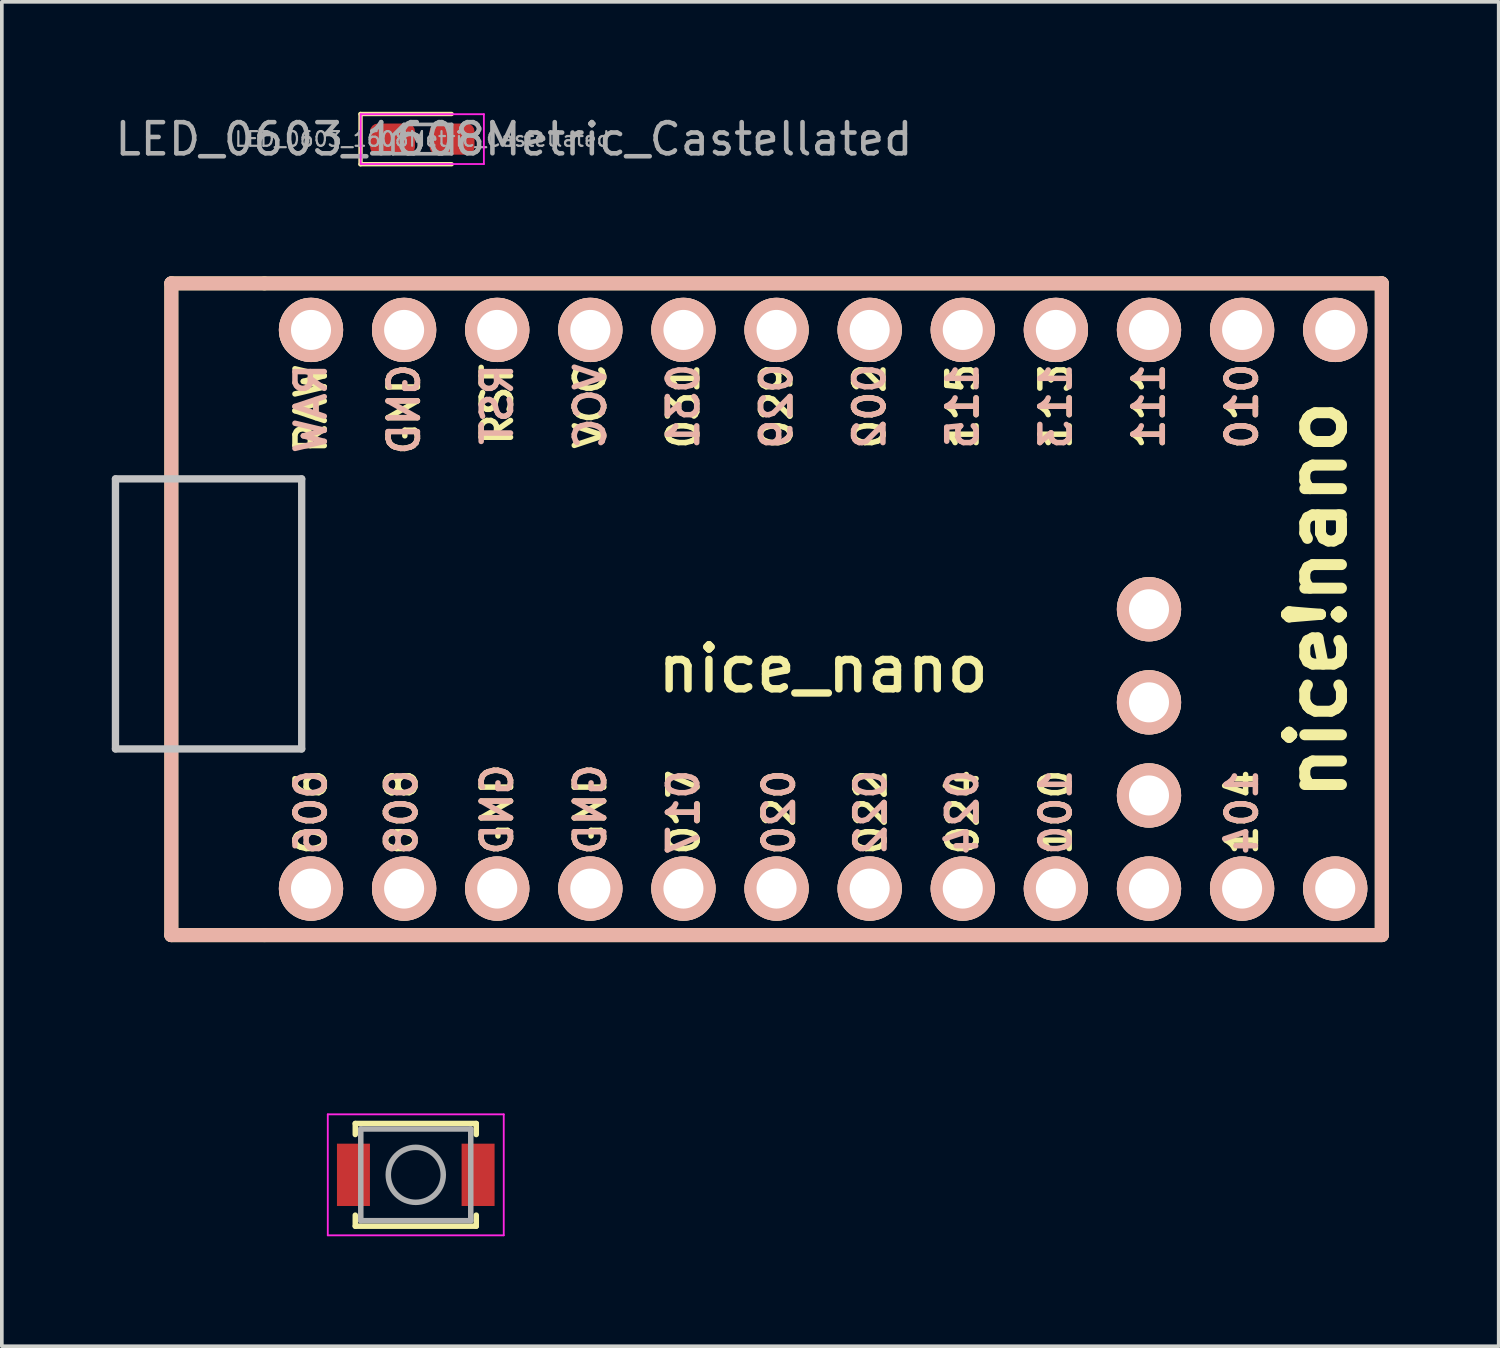
<source format=kicad_pcb>
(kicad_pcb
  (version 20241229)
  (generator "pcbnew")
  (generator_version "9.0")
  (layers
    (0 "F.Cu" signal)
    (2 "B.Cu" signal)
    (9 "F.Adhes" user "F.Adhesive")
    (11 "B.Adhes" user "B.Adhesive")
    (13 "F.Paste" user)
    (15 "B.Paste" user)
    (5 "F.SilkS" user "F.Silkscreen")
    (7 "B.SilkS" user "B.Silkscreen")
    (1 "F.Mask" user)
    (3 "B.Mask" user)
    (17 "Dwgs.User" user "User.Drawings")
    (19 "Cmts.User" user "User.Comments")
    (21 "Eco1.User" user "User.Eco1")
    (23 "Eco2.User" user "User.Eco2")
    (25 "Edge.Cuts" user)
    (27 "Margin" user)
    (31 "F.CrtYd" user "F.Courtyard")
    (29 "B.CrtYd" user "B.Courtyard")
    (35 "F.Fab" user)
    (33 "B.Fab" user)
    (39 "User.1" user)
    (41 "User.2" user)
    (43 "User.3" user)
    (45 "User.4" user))
  (footprint "LED_0603_1608Metric_Castellated"
    (layer "F.Cu")
    (at 8.47 0.745)
    (property "Reference" "LED_0603_1608Metric_Castellated" (at 2.5 0 0) (layer "F.Fab") (effects (font (size 0.85 0.85) (thickness 0.125))))
    (attr smd)
    (fp_line (start -1.685 -0.685) (end -1.685 0.685) (stroke (width 0.12) (type solid)) (layer "F.SilkS"))
    (fp_line (start -1.685 0.685) (end 0.8 0.685) (stroke (width 0.12) (type solid)) (layer "F.SilkS"))
    (fp_line (start 0.8 -0.685) (end -1.685 -0.685) (stroke (width 0.12) (type solid)) (layer "F.SilkS"))
    (fp_line (start -1.68 -0.68) (end 1.68 -0.68) (stroke (width 0.05) (type solid)) (layer "F.CrtYd"))
    (fp_line (start -1.68 0.68) (end -1.68 -0.68) (stroke (width 0.05) (type solid)) (layer "F.CrtYd"))
    (fp_line (start 1.68 -0.68) (end 1.68 0.68) (stroke (width 0.05) (type solid)) (layer "F.CrtYd"))
    (fp_line (start 1.68 0.68) (end -1.68 0.68) (stroke (width 0.05) (type solid)) (layer "F.CrtYd"))
    (fp_line (start -0.8 -0.1) (end -0.8 0.4) (stroke (width 0.1) (type solid)) (layer "F.Fab"))
    (fp_line (start -0.8 0.4) (end 0.8 0.4) (stroke (width 0.1) (type solid)) (layer "F.Fab"))
    (fp_line (start -0.5 -0.4) (end -0.8 -0.1) (stroke (width 0.1) (type solid)) (layer "F.Fab"))
    (fp_line (start 0.8 -0.4) (end -0.5 -0.4) (stroke (width 0.1) (type solid)) (layer "F.Fab"))
    (fp_line (start 0.8 0.4) (end 0.8 -0.4) (stroke (width 0.1) (type solid)) (layer "F.Fab"))
    (fp_text user "${REFERENCE}" (at 0 0 0) (layer "F.Fab") (effects (font (size 0.4 0.4) (thickness 0.06))))
    (pad "A" smd roundrect (at -0.812 0) (size 1.225 0.85) (layers "F.Cu" "F.Mask" "F.Paste") (roundrect_rratio 0.25))
    (pad "C" smd roundrect (at 0.812 0) (size 1.225 0.85) (layers "F.Cu" "F.Mask" "F.Paste") (roundrect_rratio 0.25)))
  (footprint "nice_nano"
    (layer "F.Cu")
    (at 19.404 13.57)
    (property "Reference" "nice_nano" (at 0 1.625 180) (layer "F.SilkS") (effects (font (size 1.2 1.2) (thickness 0.203))))
    (attr through_hole)
    (fp_line (start -17.78 -8.89) (end -17.78 8.89) (stroke (width 0.381) (type solid)) (layer "F.SilkS"))
    (fp_line (start -17.78 8.89) (end -15.24 8.89) (stroke (width 0.381) (type solid)) (layer "F.SilkS"))
    (fp_line (start -15.24 -8.89) (end -17.78 -8.89) (stroke (width 0.381) (type solid)) (layer "F.SilkS"))
    (fp_line (start -15.24 8.89) (end 15.24 8.89) (stroke (width 0.381) (type solid)) (layer "F.SilkS"))
    (fp_line (start 15.24 -8.89) (end -15.24 -8.89) (stroke (width 0.381) (type solid)) (layer "F.SilkS"))
    (fp_line (start 15.24 8.89) (end 15.24 -8.89) (stroke (width 0.381) (type solid)) (layer "F.SilkS"))
    (fp_line (start -17.78 -8.89) (end -17.78 8.89) (stroke (width 0.381) (type solid)) (layer "B.SilkS"))
    (fp_line (start -17.78 8.89) (end 15.24 8.89) (stroke (width 0.381) (type solid)) (layer "B.SilkS"))
    (fp_line (start 15.24 -8.89) (end -17.78 -8.89) (stroke (width 0.381) (type solid)) (layer "B.SilkS"))
    (fp_line (start 15.24 8.89) (end 15.24 -8.89) (stroke (width 0.381) (type solid)) (layer "B.SilkS"))
    (fp_line (start -19.304 -3.556) (end -14.224 -3.556) (stroke (width 0.2) (type solid)) (layer "Dwgs.User"))
    (fp_line (start -19.304 3.81) (end -19.304 -3.556) (stroke (width 0.2) (type solid)) (layer "Dwgs.User"))
    (fp_line (start -14.224 -3.556) (end -14.224 3.81) (stroke (width 0.2) (type solid)) (layer "Dwgs.User"))
    (fp_line (start -14.224 3.81) (end -19.304 3.81) (stroke (width 0.2) (type solid)) (layer "Dwgs.User"))
    (fp_text user "104" (at 11.43 5.537 90) (layer "F.SilkS") (effects (font (size 0.8 0.8) (thickness 0.15))))
    (fp_text user "GND" (at -6.35 5.461 90) (layer "F.SilkS") (effects (font (size 0.8 0.8) (thickness 0.15))))
    (fp_text user "VCC" (at -6.35 -5.537 90) (layer "F.SilkS") (effects (font (size 0.8 0.8) (thickness 0.15))))
    (fp_text user "GND" (at -8.89 5.461 90) (layer "F.SilkS") (effects (font (size 0.8 0.8) (thickness 0.15))))
    (fp_text user "002" (at 1.27 -5.537 90) (layer "F.SilkS") (effects (font (size 0.8 0.8) (thickness 0.15))))
    (fp_text user "020" (at -1.2 5.537 90) (layer "F.SilkS") (effects (font (size 0.8 0.8) (thickness 0.15))))
    (fp_text user "115" (at 3.81 -5.537 90) (layer "F.SilkS") (effects (font (size 0.8 0.8) (thickness 0.15))))
    (fp_text user "100" (at 6.35 5.537 90) (layer "F.SilkS") (effects (font (size 0.8 0.8) (thickness 0.15))))
    (fp_text user "006" (at -13.97 5.537 90) (layer "F.SilkS") (effects (font (size 0.8 0.8) (thickness 0.15))))
    (fp_text user "031" (at -3.81 -5.537 90) (layer "F.SilkS") (effects (font (size 0.8 0.8) (thickness 0.15))))
    (fp_text user "RAW" (at -13.97 -5.474 90) (layer "F.SilkS") (effects (font (size 0.8 0.8) (thickness 0.15))))
    (fp_text user "RST" (at -8.89 -5.588 90) (layer "F.SilkS") (effects (font (size 0.8 0.8) (thickness 0.15))))
    (fp_text user "nice!nano" (at 13.462 -0.254 90) (layer "F.SilkS") (effects (font (size 1.5 1.5) (thickness 0.3))))
    (fp_text user "111" (at 8.89 -5.537 90) (layer "F.SilkS") (effects (font (size 0.8 0.8) (thickness 0.15))))
    (fp_text user "GND" (at -11.43 -5.455 90) (layer "F.SilkS") (effects (font (size 0.8 0.8) (thickness 0.15))))
    (fp_text user "029" (at -1.27 -5.537 90) (layer "F.SilkS") (effects (font (size 0.8 0.8) (thickness 0.15))))
    (fp_text user "022" (at 1.3 5.537 90) (layer "F.SilkS") (effects (font (size 0.8 0.8) (thickness 0.15))))
    (fp_text user "008" (at -11.5 5.537 90) (layer "F.SilkS") (effects (font (size 0.8 0.8) (thickness 0.15))))
    (fp_text user "017" (at -3.8 5.537 90) (layer "F.SilkS") (effects (font (size 0.8 0.8) (thickness 0.15))))
    (fp_text user "113" (at 6.35 -5.537 90) (layer "F.SilkS") (effects (font (size 0.8 0.8) (thickness 0.15))))
    (fp_text user "010" (at 11.43 -5.537 90) (layer "F.SilkS") (effects (font (size 0.8 0.8) (thickness 0.15))))
    (fp_text user "024" (at 3.81 5.537 90) (layer "F.SilkS") (effects (font (size 0.8 0.8) (thickness 0.15))))
    (fp_text user "RAW" (at -13.97 -5.474 90) (layer "B.SilkS") (effects (font (size 0.8 0.8) (thickness 0.15)) (justify mirror)))
    (fp_text user "017" (at -3.81 5.537 90) (layer "B.SilkS") (effects (font (size 0.8 0.8) (thickness 0.15)) (justify mirror)))
    (fp_text user "GND" (at -11.43 -5.455 90) (layer "B.SilkS") (effects (font (size 0.8 0.8) (thickness 0.15)) (justify mirror)))
    (fp_text user "010" (at 11.43 -5.537 90) (layer "B.SilkS") (effects (font (size 0.8 0.8) (thickness 0.15)) (justify mirror)))
    (fp_text user "002" (at 1.27 -5.537 90) (layer "B.SilkS") (effects (font (size 0.8 0.8) (thickness 0.15)) (justify mirror)))
    (fp_text user "100" (at 6.35 5.537 90) (layer "B.SilkS") (effects (font (size 0.8 0.8) (thickness 0.15)) (justify mirror)))
    (fp_text user "020" (at -1.2 5.537 90) (layer "B.SilkS") (effects (font (size 0.8 0.8) (thickness 0.15)) (justify mirror)))
    (fp_text user "115" (at 3.81 -5.537 90) (layer "B.SilkS") (effects (font (size 0.8 0.8) (thickness 0.15)) (justify mirror)))
    (fp_text user "022" (at 1.3 5.537 90) (layer "B.SilkS") (effects (font (size 0.8 0.8) (thickness 0.15)) (justify mirror)))
    (fp_text user "006" (at -13.97 5.537 90) (layer "B.SilkS") (effects (font (size 0.8 0.8) (thickness 0.15)) (justify mirror)))
    (fp_text user "RST" (at -8.89 -5.588 90) (layer "B.SilkS") (effects (font (size 0.8 0.8) (thickness 0.15)) (justify mirror)))
    (fp_text user "029" (at -1.27 -5.537 90) (layer "B.SilkS") (effects (font (size 0.8 0.8) (thickness 0.15)) (justify mirror)))
    (fp_text user "GND" (at -6.35 5.461 90) (layer "B.SilkS") (effects (font (size 0.8 0.8) (thickness 0.15)) (justify mirror)))
    (fp_text user "104" (at 11.43 5.537 90) (layer "B.SilkS") (effects (font (size 0.8 0.8) (thickness 0.15)) (justify mirror)))
    (fp_text user "111" (at 8.89 -5.537 90) (layer "B.SilkS") (effects (font (size 0.8 0.8) (thickness 0.15)) (justify mirror)))
    (fp_text user "GND" (at -8.89 5.461 90) (layer "B.SilkS") (effects (font (size 0.8 0.8) (thickness 0.15)) (justify mirror)))
    (fp_text user "008" (at -11.5 5.537 90) (layer "B.SilkS") (effects (font (size 0.8 0.8) (thickness 0.15)) (justify mirror)))
    (fp_text user "113" (at 6.35 -5.537 90) (layer "B.SilkS") (effects (font (size 0.8 0.8) (thickness 0.15)) (justify mirror)))
    (fp_text user "VCC" (at -6.35 -5.537 90) (layer "B.SilkS") (effects (font (size 0.8 0.8) (thickness 0.15)) (justify mirror)))
    (fp_text user "024" (at 3.8 5.537 90) (layer "B.SilkS") (effects (font (size 0.8 0.8) (thickness 0.15)) (justify mirror)))
    (fp_text user "031" (at -3.81 -5.537 90) (layer "B.SilkS") (effects (font (size 0.8 0.8) (thickness 0.15)) (justify mirror)))
    (pad "1" thru_hole circle (at -13.97 7.62) (size 1.753 1.753) (drill 1.092) (layers "*.Cu" "*.SilkS" "*.Mask"))
    (pad "2" thru_hole circle (at -11.43 7.62) (size 1.753 1.753) (drill 1.092) (layers "*.Cu" "*.SilkS" "*.Mask"))
    (pad "3" thru_hole circle (at -8.89 7.62) (size 1.753 1.753) (drill 1.092) (layers "*.Cu" "*.SilkS" "*.Mask"))
    (pad "4" thru_hole circle (at -6.35 7.62) (size 1.753 1.753) (drill 1.092) (layers "*.Cu" "*.SilkS" "*.Mask"))
    (pad "5" thru_hole circle (at -3.81 7.62) (size 1.753 1.753) (drill 1.092) (layers "*.Cu" "*.SilkS" "*.Mask"))
    (pad "6" thru_hole circle (at -1.27 7.62) (size 1.753 1.753) (drill 1.092) (layers "*.Cu" "*.SilkS" "*.Mask"))
    (pad "7" thru_hole circle (at 1.27 7.62) (size 1.753 1.753) (drill 1.092) (layers "*.Cu" "*.SilkS" "*.Mask"))
    (pad "8" thru_hole circle (at 3.81 7.62) (size 1.753 1.753) (drill 1.092) (layers "*.Cu" "*.SilkS" "*.Mask"))
    (pad "9" thru_hole circle (at 6.35 7.62) (size 1.753 1.753) (drill 1.092) (layers "*.Cu" "*.SilkS" "*.Mask"))
    (pad "10" thru_hole circle (at 8.89 7.62) (size 1.753 1.753) (drill 1.092) (layers "*.Cu" "*.SilkS" "*.Mask"))
    (pad "11" thru_hole circle (at 11.43 7.62) (size 1.753 1.753) (drill 1.092) (layers "*.Cu" "*.SilkS" "*.Mask"))
    (pad "12" thru_hole circle (at 13.97 7.62) (size 1.753 1.753) (drill 1.092) (layers "*.Cu" "*.SilkS" "*.Mask"))
    (pad "13" thru_hole circle (at 13.97 -7.62) (size 1.753 1.753) (drill 1.092) (layers "*.Cu" "*.SilkS" "*.Mask"))
    (pad "14" thru_hole circle (at 11.43 -7.62) (size 1.753 1.753) (drill 1.092) (layers "*.Cu" "*.SilkS" "*.Mask"))
    (pad "15" thru_hole circle (at 8.89 -7.62) (size 1.753 1.753) (drill 1.092) (layers "*.Cu" "*.SilkS" "*.Mask"))
    (pad "16" thru_hole circle (at 6.35 -7.62) (size 1.753 1.753) (drill 1.092) (layers "*.Cu" "*.SilkS" "*.Mask"))
    (pad "17" thru_hole circle (at 3.81 -7.62) (size 1.753 1.753) (drill 1.092) (layers "*.Cu" "*.SilkS" "*.Mask"))
    (pad "18" thru_hole circle (at 1.27 -7.62) (size 1.753 1.753) (drill 1.092) (layers "*.Cu" "*.SilkS" "*.Mask"))
    (pad "19" thru_hole circle (at -1.27 -7.62) (size 1.753 1.753) (drill 1.092) (layers "*.Cu" "*.SilkS" "*.Mask"))
    (pad "20" thru_hole circle (at -3.81 -7.62) (size 1.753 1.753) (drill 1.092) (layers "*.Cu" "*.SilkS" "*.Mask"))
    (pad "21" thru_hole circle (at -6.35 -7.62) (size 1.753 1.753) (drill 1.092) (layers "*.Cu" "*.SilkS" "*.Mask"))
    (pad "22" thru_hole circle (at -8.89 -7.62) (size 1.753 1.753) (drill 1.092) (layers "*.Cu" "*.SilkS" "*.Mask"))
    (pad "23" thru_hole circle (at -11.43 -7.62) (size 1.753 1.753) (drill 1.092) (layers "*.Cu" "*.SilkS" "*.Mask"))
    (pad "24" thru_hole circle (at -13.97 -7.62) (size 1.753 1.753) (drill 1.092) (layers "*.Cu" "*.SilkS" "*.Mask"))
    (pad "31" thru_hole circle (at 8.89 5.08) (size 1.753 1.753) (drill 1.092) (layers "*.Cu" "*.SilkS" "*.Mask"))
    (pad "32" thru_hole circle (at 8.89 2.54) (size 1.753 1.753) (drill 1.092) (layers "*.Cu" "*.SilkS" "*.Mask"))
    (pad "33" thru_hole circle (at 8.89 0) (size 1.753 1.753) (drill 1.092) (layers "*.Cu" "*.SilkS" "*.Mask")))
  (footprint "SW_SPST_B3U-1000P"
    (layer "F.Cu")
    (at 8.292 28.999)
    (property "Reference" "SW_SPST_B3U-1000P" (at 0 -2.5 0) (layer "Eco2.User") (effects (font (size 1 1) (thickness 0.15))))
    (attr smd)
    (fp_line (start -1.65 -1.4) (end 1.65 -1.4) (stroke (width 0.15) (type solid)) (layer "F.SilkS"))
    (fp_line (start -1.65 -1.1) (end -1.65 -1.4) (stroke (width 0.15) (type solid)) (layer "F.SilkS"))
    (fp_line (start -1.65 1.1) (end -1.65 1.4) (stroke (width 0.15) (type solid)) (layer "F.SilkS"))
    (fp_line (start -1.65 1.4) (end 1.65 1.4) (stroke (width 0.15) (type solid)) (layer "F.SilkS"))
    (fp_line (start 1.65 -1.4) (end 1.65 -1.1) (stroke (width 0.15) (type solid)) (layer "F.SilkS"))
    (fp_line (start 1.65 1.4) (end 1.65 1.1) (stroke (width 0.15) (type solid)) (layer "F.SilkS"))
    (fp_line (start -2.4 -1.65) (end -2.4 1.65) (stroke (width 0.05) (type solid)) (layer "F.CrtYd"))
    (fp_line (start -2.4 1.65) (end 2.4 1.65) (stroke (width 0.05) (type solid)) (layer "F.CrtYd"))
    (fp_line (start 2.4 -1.65) (end -2.4 -1.65) (stroke (width 0.05) (type solid)) (layer "F.CrtYd"))
    (fp_line (start 2.4 1.65) (end 2.4 -1.65) (stroke (width 0.05) (type solid)) (layer "F.CrtYd"))
    (fp_line (start -1.5 -1.25) (end 1.5 -1.25) (stroke (width 0.15) (type solid)) (layer "F.Fab"))
    (fp_line (start -1.5 1.25) (end -1.5 -1.25) (stroke (width 0.15) (type solid)) (layer "F.Fab"))
    (fp_line (start 1.5 -1.25) (end 1.5 1.25) (stroke (width 0.15) (type solid)) (layer "F.Fab"))
    (fp_line (start 1.5 1.25) (end -1.5 1.25) (stroke (width 0.15) (type solid)) (layer "F.Fab"))
    (fp_circle (center 0 0) (end 0.75 0) (stroke (width 0.15) (type solid)) (fill no) (layer "F.Fab"))
    (pad "1" smd rect (at -1.7 0) (size 0.9 1.7) (layers "F.Cu" "F.Mask" "F.Paste"))
    (pad "2" smd rect (at 1.7 0) (size 0.9 1.7) (layers "F.Cu" "F.Mask" "F.Paste")))
  (gr_rect
    (start -3 -3)
    (end 37.834 33.674)
    (stroke (width 0.1) (type default))
    (fill no)
    (layer "Edge.Cuts")))
</source>
